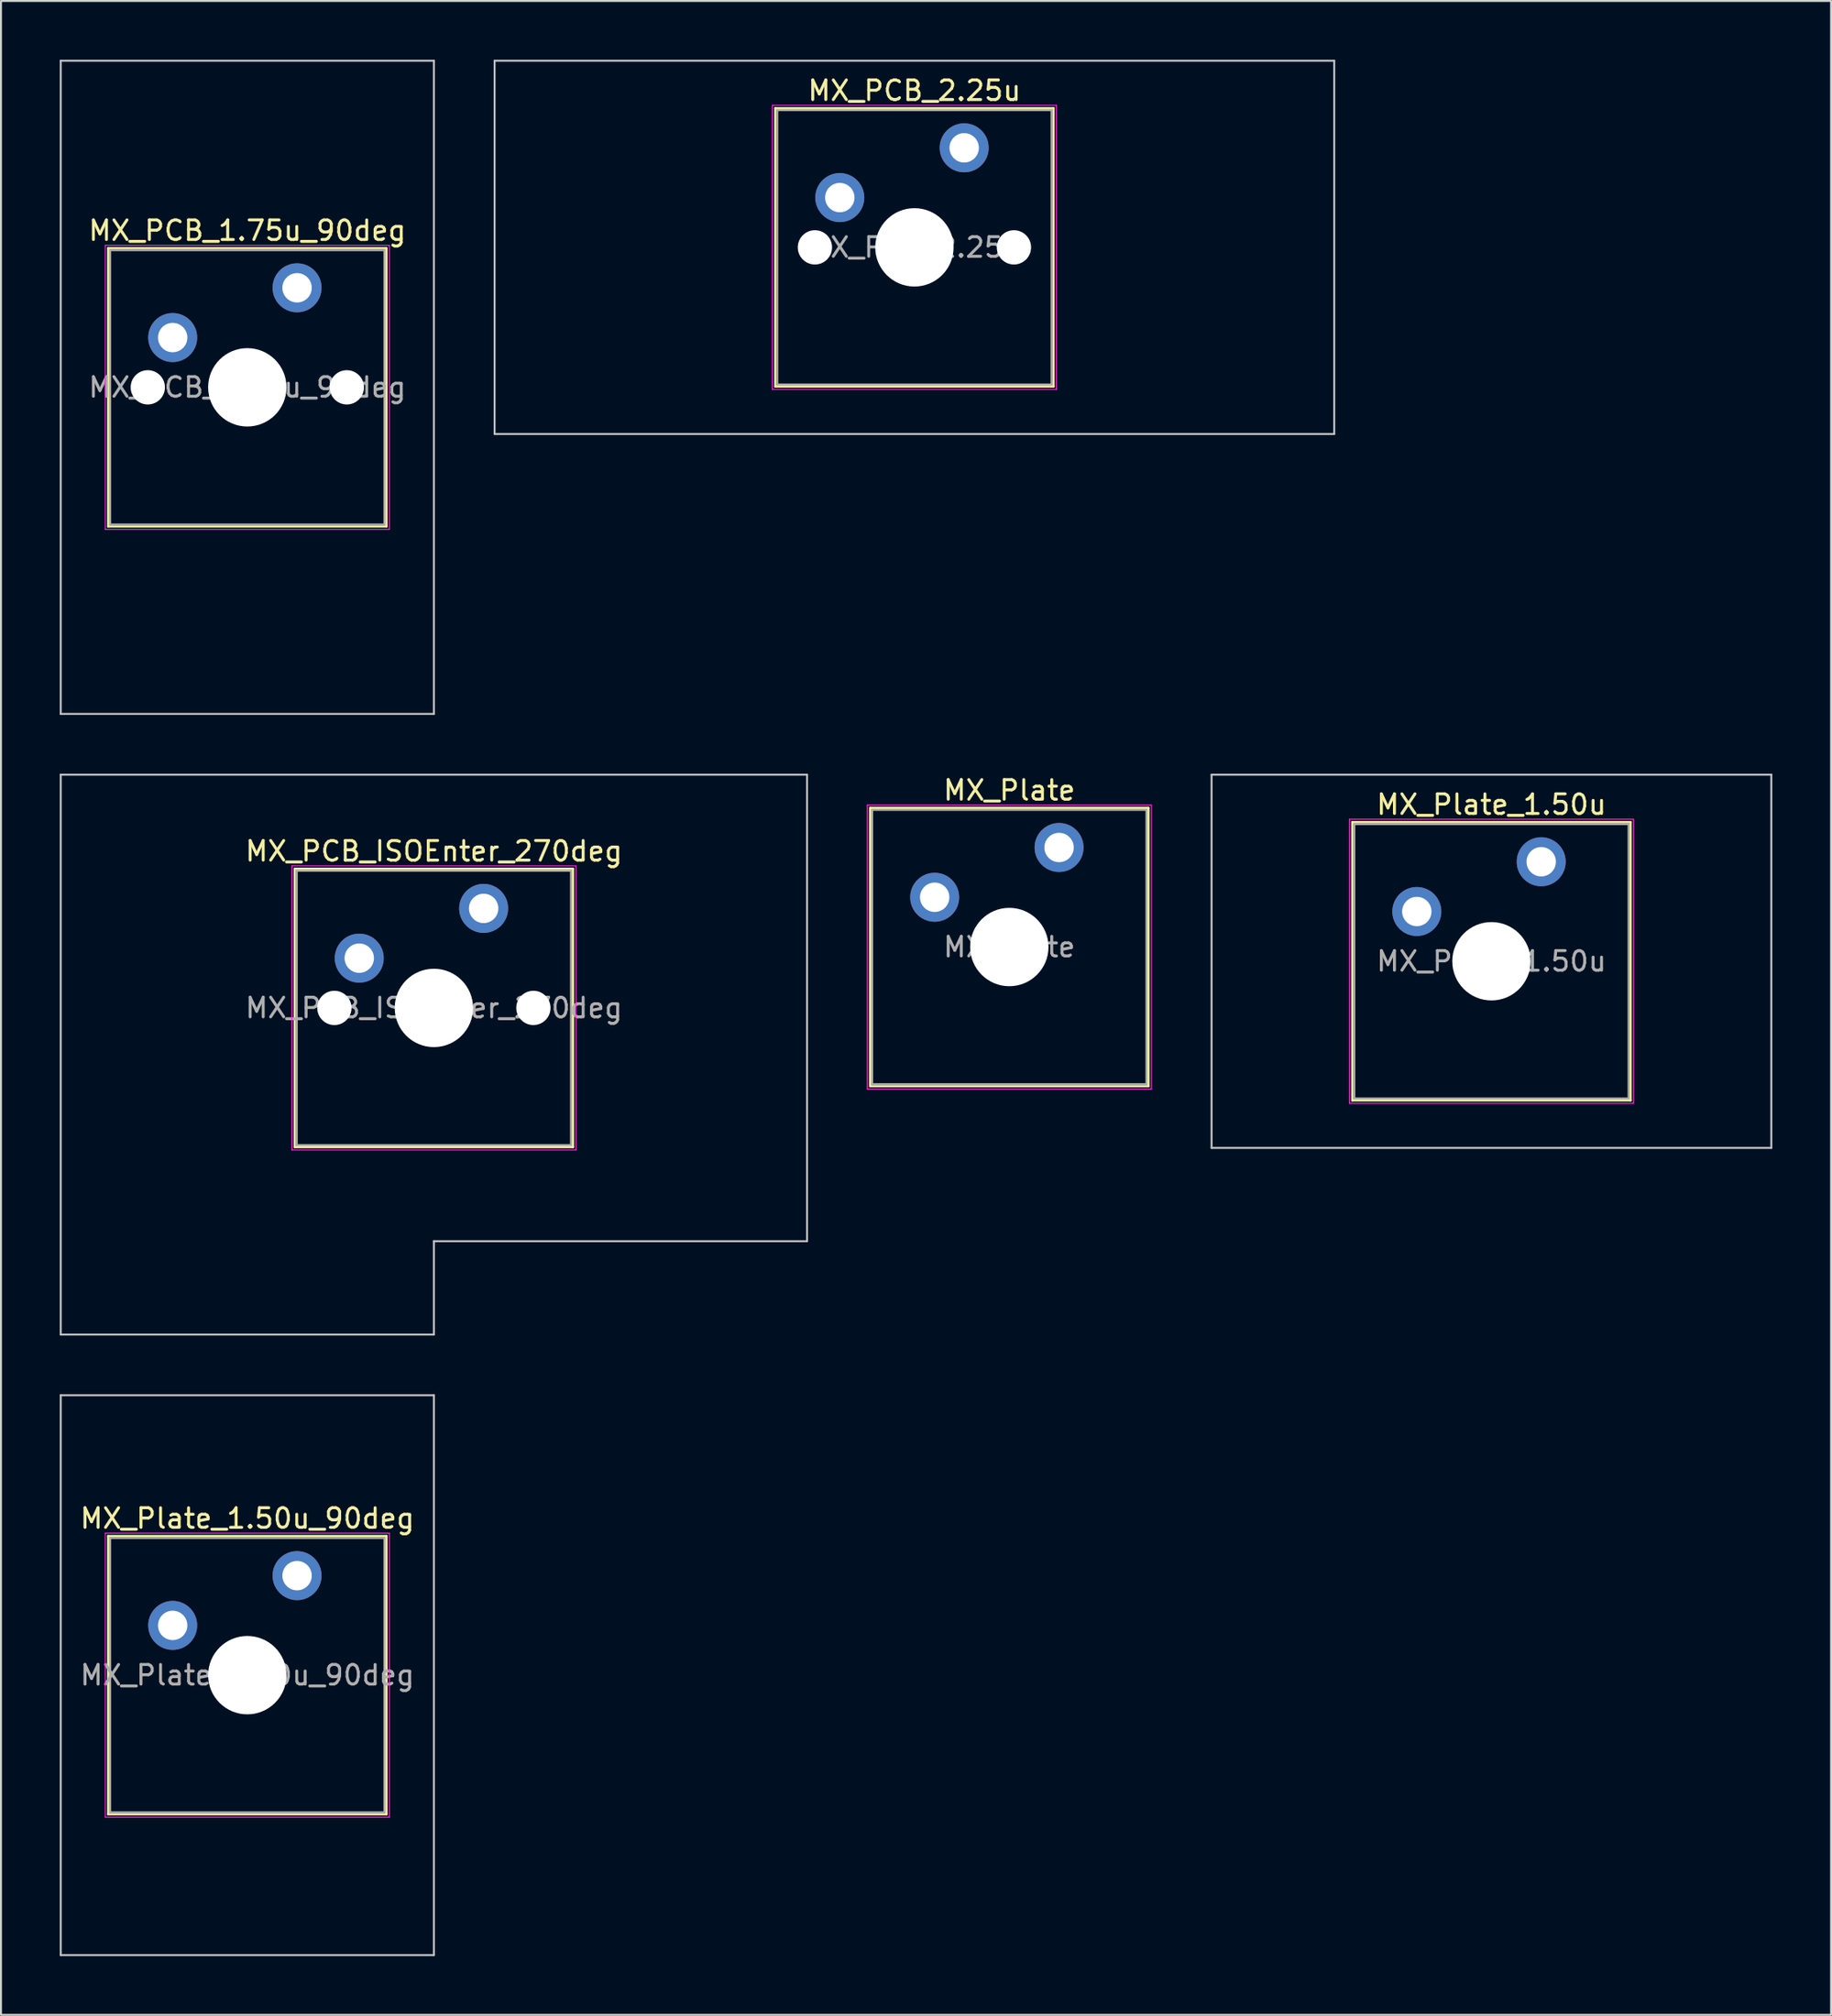
<source format=kicad_pcb>
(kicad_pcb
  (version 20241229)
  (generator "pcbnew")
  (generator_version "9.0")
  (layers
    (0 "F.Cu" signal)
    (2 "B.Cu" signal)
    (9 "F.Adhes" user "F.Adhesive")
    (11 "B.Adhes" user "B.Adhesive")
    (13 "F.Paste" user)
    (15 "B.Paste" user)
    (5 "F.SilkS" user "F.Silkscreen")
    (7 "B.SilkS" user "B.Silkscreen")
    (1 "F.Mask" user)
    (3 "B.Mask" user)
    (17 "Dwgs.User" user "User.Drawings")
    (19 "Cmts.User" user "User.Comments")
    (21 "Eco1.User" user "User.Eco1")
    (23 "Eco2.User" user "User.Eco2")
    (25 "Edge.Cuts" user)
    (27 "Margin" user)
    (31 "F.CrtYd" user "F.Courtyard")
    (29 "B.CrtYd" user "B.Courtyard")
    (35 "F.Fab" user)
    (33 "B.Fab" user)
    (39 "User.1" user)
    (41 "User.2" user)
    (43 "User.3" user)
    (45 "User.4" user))
  (footprint "MX_Plate"
    (layer "F.Cu")
    (at 48.475 45.286)
    (property "Reference" "MX_Plate" (at 0 -8 0) (layer "F.SilkS") (effects (font (size 1 1) (thickness 0.15))))
    (attr through_hole)
    (fp_line (start -7.1 -7.1) (end -7.1 7.1) (stroke (width 0.12) (type solid)) (layer "F.SilkS"))
    (fp_line (start -7.1 7.1) (end 7.1 7.1) (stroke (width 0.12) (type solid)) (layer "F.SilkS"))
    (fp_line (start 7.1 -7.1) (end -7.1 -7.1) (stroke (width 0.12) (type solid)) (layer "F.SilkS"))
    (fp_line (start 7.1 7.1) (end 7.1 -7.1) (stroke (width 0.12) (type solid)) (layer "F.SilkS"))
    (fp_line (start -7 -7) (end -7 7) (stroke (width 0.1) (type solid)) (layer "Eco1.User"))
    (fp_line (start -7 7) (end 7 7) (stroke (width 0.1) (type solid)) (layer "Eco1.User"))
    (fp_line (start 7 -7) (end -7 -7) (stroke (width 0.1) (type solid)) (layer "Eco1.User"))
    (fp_line (start 7 7) (end 7 -7) (stroke (width 0.1) (type solid)) (layer "Eco1.User"))
    (fp_line (start -7.25 -7.25) (end -7.25 7.25) (stroke (width 0.05) (type solid)) (layer "F.CrtYd"))
    (fp_line (start -7.25 7.25) (end 7.25 7.25) (stroke (width 0.05) (type solid)) (layer "F.CrtYd"))
    (fp_line (start 7.25 -7.25) (end -7.25 -7.25) (stroke (width 0.05) (type solid)) (layer "F.CrtYd"))
    (fp_line (start 7.25 7.25) (end 7.25 -7.25) (stroke (width 0.05) (type solid)) (layer "F.CrtYd"))
    (fp_line (start -7 -7) (end -7 7) (stroke (width 0.1) (type solid)) (layer "F.Fab"))
    (fp_line (start -7 7) (end 7 7) (stroke (width 0.1) (type solid)) (layer "F.Fab"))
    (fp_line (start 7 -7) (end -7 -7) (stroke (width 0.1) (type solid)) (layer "F.Fab"))
    (fp_line (start 7 7) (end 7 -7) (stroke (width 0.1) (type solid)) (layer "F.Fab"))
    (fp_text user "${REFERENCE}" (at 0 0 0) (layer "F.Fab") (effects (font (size 1 1) (thickness 0.15))))
    (pad "" np_thru_hole circle (at 0 0) (size 4 4) (drill 4) (layers "*.Cu" "*.Mask"))
    (pad "1" thru_hole circle (at -3.81 -2.54) (size 2.5 2.5) (drill 1.5) (layers "*.Cu" "*.Mask"))
    (pad "2" thru_hole circle (at 2.54 -5.08) (size 2.5 2.5) (drill 1.5) (layers "*.Cu" "*.Mask")))
  (footprint "MX_PCB_2.25u"
    (layer "F.Cu")
    (at 43.631 9.575)
    (property "Reference" "MX_PCB_2.25u" (at 0 -8 0) (layer "F.SilkS") (effects (font (size 1 1) (thickness 0.15))))
    (attr through_hole)
    (fp_line (start -7.1 -7.1) (end -7.1 7.1) (stroke (width 0.12) (type solid)) (layer "F.SilkS"))
    (fp_line (start -7.1 7.1) (end 7.1 7.1) (stroke (width 0.12) (type solid)) (layer "F.SilkS"))
    (fp_line (start 7.1 -7.1) (end -7.1 -7.1) (stroke (width 0.12) (type solid)) (layer "F.SilkS"))
    (fp_line (start 7.1 7.1) (end 7.1 -7.1) (stroke (width 0.12) (type solid)) (layer "F.SilkS"))
    (fp_line (start -21.431 -9.525) (end -21.431 9.525) (stroke (width 0.1) (type solid)) (layer "Dwgs.User"))
    (fp_line (start -21.431 9.525) (end 21.431 9.525) (stroke (width 0.1) (type solid)) (layer "Dwgs.User"))
    (fp_line (start 21.431 -9.525) (end -21.431 -9.525) (stroke (width 0.1) (type solid)) (layer "Dwgs.User"))
    (fp_line (start 21.431 9.525) (end 21.431 -9.525) (stroke (width 0.1) (type solid)) (layer "Dwgs.User"))
    (fp_line (start -7 -7) (end -7 7) (stroke (width 0.1) (type solid)) (layer "Eco1.User"))
    (fp_line (start -7 7) (end 7 7) (stroke (width 0.1) (type solid)) (layer "Eco1.User"))
    (fp_line (start 7 -7) (end -7 -7) (stroke (width 0.1) (type solid)) (layer "Eco1.User"))
    (fp_line (start 7 7) (end 7 -7) (stroke (width 0.1) (type solid)) (layer "Eco1.User"))
    (fp_line (start -7.25 -7.25) (end -7.25 7.25) (stroke (width 0.05) (type solid)) (layer "F.CrtYd"))
    (fp_line (start -7.25 7.25) (end 7.25 7.25) (stroke (width 0.05) (type solid)) (layer "F.CrtYd"))
    (fp_line (start 7.25 -7.25) (end -7.25 -7.25) (stroke (width 0.05) (type solid)) (layer "F.CrtYd"))
    (fp_line (start 7.25 7.25) (end 7.25 -7.25) (stroke (width 0.05) (type solid)) (layer "F.CrtYd"))
    (fp_line (start -7 -7) (end -7 7) (stroke (width 0.1) (type solid)) (layer "F.Fab"))
    (fp_line (start -7 7) (end 7 7) (stroke (width 0.1) (type solid)) (layer "F.Fab"))
    (fp_line (start 7 -7) (end -7 -7) (stroke (width 0.1) (type solid)) (layer "F.Fab"))
    (fp_line (start 7 7) (end 7 -7) (stroke (width 0.1) (type solid)) (layer "F.Fab"))
    (fp_text user "${REFERENCE}" (at 0 0 0) (layer "F.Fab") (effects (font (size 1 1) (thickness 0.15))))
    (pad "" np_thru_hole circle (at -5.08 0) (size 1.75 1.75) (drill 1.75) (layers "*.Cu" "*.Mask"))
    (pad "" np_thru_hole circle (at 0 0) (size 4 4) (drill 4) (layers "*.Cu" "*.Mask"))
    (pad "" np_thru_hole circle (at 5.08 0) (size 1.75 1.75) (drill 1.75) (layers "*.Cu" "*.Mask"))
    (pad "1" thru_hole circle (at -3.81 -2.54) (size 2.5 2.5) (drill 1.5) (layers "*.Cu" "*.Mask"))
    (pad "2" thru_hole circle (at 2.54 -5.08) (size 2.5 2.5) (drill 1.5) (layers "*.Cu" "*.Mask")))
  (footprint "MX_PCB_1.75u_90deg"
    (layer "F.Cu")
    (at 9.575 16.719)
    (property "Reference" "MX_PCB_1.75u_90deg" (at 0 -8 0) (layer "F.SilkS") (effects (font (size 1 1) (thickness 0.15))))
    (attr through_hole)
    (fp_line (start -7.1 -7.1) (end -7.1 7.1) (stroke (width 0.12) (type solid)) (layer "F.SilkS"))
    (fp_line (start -7.1 7.1) (end 7.1 7.1) (stroke (width 0.12) (type solid)) (layer "F.SilkS"))
    (fp_line (start 7.1 -7.1) (end -7.1 -7.1) (stroke (width 0.12) (type solid)) (layer "F.SilkS"))
    (fp_line (start 7.1 7.1) (end 7.1 -7.1) (stroke (width 0.12) (type solid)) (layer "F.SilkS"))
    (fp_line (start -9.525 -16.669) (end 9.525 -16.669) (stroke (width 0.1) (type solid)) (layer "Dwgs.User"))
    (fp_line (start -9.525 16.669) (end -9.525 -16.669) (stroke (width 0.1) (type solid)) (layer "Dwgs.User"))
    (fp_line (start 9.525 -16.669) (end 9.525 16.669) (stroke (width 0.1) (type solid)) (layer "Dwgs.User"))
    (fp_line (start 9.525 16.669) (end -9.525 16.669) (stroke (width 0.1) (type solid)) (layer "Dwgs.User"))
    (fp_line (start -7 -7) (end -7 7) (stroke (width 0.1) (type solid)) (layer "Eco1.User"))
    (fp_line (start -7 7) (end 7 7) (stroke (width 0.1) (type solid)) (layer "Eco1.User"))
    (fp_line (start 7 -7) (end -7 -7) (stroke (width 0.1) (type solid)) (layer "Eco1.User"))
    (fp_line (start 7 7) (end 7 -7) (stroke (width 0.1) (type solid)) (layer "Eco1.User"))
    (fp_line (start -7.25 -7.25) (end -7.25 7.25) (stroke (width 0.05) (type solid)) (layer "F.CrtYd"))
    (fp_line (start -7.25 7.25) (end 7.25 7.25) (stroke (width 0.05) (type solid)) (layer "F.CrtYd"))
    (fp_line (start 7.25 -7.25) (end -7.25 -7.25) (stroke (width 0.05) (type solid)) (layer "F.CrtYd"))
    (fp_line (start 7.25 7.25) (end 7.25 -7.25) (stroke (width 0.05) (type solid)) (layer "F.CrtYd"))
    (fp_line (start -7 -7) (end -7 7) (stroke (width 0.1) (type solid)) (layer "F.Fab"))
    (fp_line (start -7 7) (end 7 7) (stroke (width 0.1) (type solid)) (layer "F.Fab"))
    (fp_line (start 7 -7) (end -7 -7) (stroke (width 0.1) (type solid)) (layer "F.Fab"))
    (fp_line (start 7 7) (end 7 -7) (stroke (width 0.1) (type solid)) (layer "F.Fab"))
    (fp_text user "${REFERENCE}" (at 0 0 0) (layer "F.Fab") (effects (font (size 1 1) (thickness 0.15))))
    (pad "" np_thru_hole circle (at -5.08 0) (size 1.75 1.75) (drill 1.75) (layers "*.Cu" "*.Mask"))
    (pad "" np_thru_hole circle (at 0 0) (size 4 4) (drill 4) (layers "*.Cu" "*.Mask"))
    (pad "" np_thru_hole circle (at 5.08 0) (size 1.75 1.75) (drill 1.75) (layers "*.Cu" "*.Mask"))
    (pad "1" thru_hole circle (at -3.81 -2.54) (size 2.5 2.5) (drill 1.5) (layers "*.Cu" "*.Mask"))
    (pad "2" thru_hole circle (at 2.54 -5.08) (size 2.5 2.5) (drill 1.5) (layers "*.Cu" "*.Mask")))
  (footprint "MX_Plate_1.50u_90deg"
    (layer "F.Cu")
    (at 9.575 82.45)
    (property "Reference" "MX_Plate_1.50u_90deg" (at 0 -8 0) (layer "F.SilkS") (effects (font (size 1 1) (thickness 0.15))))
    (attr through_hole)
    (fp_line (start -7.1 -7.1) (end -7.1 7.1) (stroke (width 0.12) (type solid)) (layer "F.SilkS"))
    (fp_line (start -7.1 7.1) (end 7.1 7.1) (stroke (width 0.12) (type solid)) (layer "F.SilkS"))
    (fp_line (start 7.1 -7.1) (end -7.1 -7.1) (stroke (width 0.12) (type solid)) (layer "F.SilkS"))
    (fp_line (start 7.1 7.1) (end 7.1 -7.1) (stroke (width 0.12) (type solid)) (layer "F.SilkS"))
    (fp_line (start -9.525 -14.287) (end 9.525 -14.287) (stroke (width 0.1) (type solid)) (layer "Dwgs.User"))
    (fp_line (start -9.525 14.287) (end -9.525 -14.287) (stroke (width 0.1) (type solid)) (layer "Dwgs.User"))
    (fp_line (start 9.525 -14.287) (end 9.525 14.287) (stroke (width 0.1) (type solid)) (layer "Dwgs.User"))
    (fp_line (start 9.525 14.287) (end -9.525 14.287) (stroke (width 0.1) (type solid)) (layer "Dwgs.User"))
    (fp_line (start -7 -7) (end -7 7) (stroke (width 0.1) (type solid)) (layer "Eco1.User"))
    (fp_line (start -7 7) (end 7 7) (stroke (width 0.1) (type solid)) (layer "Eco1.User"))
    (fp_line (start 7 -7) (end -7 -7) (stroke (width 0.1) (type solid)) (layer "Eco1.User"))
    (fp_line (start 7 7) (end 7 -7) (stroke (width 0.1) (type solid)) (layer "Eco1.User"))
    (fp_line (start -7.25 -7.25) (end -7.25 7.25) (stroke (width 0.05) (type solid)) (layer "F.CrtYd"))
    (fp_line (start -7.25 7.25) (end 7.25 7.25) (stroke (width 0.05) (type solid)) (layer "F.CrtYd"))
    (fp_line (start 7.25 -7.25) (end -7.25 -7.25) (stroke (width 0.05) (type solid)) (layer "F.CrtYd"))
    (fp_line (start 7.25 7.25) (end 7.25 -7.25) (stroke (width 0.05) (type solid)) (layer "F.CrtYd"))
    (fp_line (start -7 -7) (end -7 7) (stroke (width 0.1) (type solid)) (layer "F.Fab"))
    (fp_line (start -7 7) (end 7 7) (stroke (width 0.1) (type solid)) (layer "F.Fab"))
    (fp_line (start 7 -7) (end -7 -7) (stroke (width 0.1) (type solid)) (layer "F.Fab"))
    (fp_line (start 7 7) (end 7 -7) (stroke (width 0.1) (type solid)) (layer "F.Fab"))
    (fp_text user "${REFERENCE}" (at 0 0 0) (layer "F.Fab") (effects (font (size 1 1) (thickness 0.15))))
    (pad "" np_thru_hole circle (at 0 0) (size 4 4) (drill 4) (layers "*.Cu" "*.Mask"))
    (pad "1" thru_hole circle (at -3.81 -2.54) (size 2.5 2.5) (drill 1.5) (layers "*.Cu" "*.Mask"))
    (pad "2" thru_hole circle (at 2.54 -5.08) (size 2.5 2.5) (drill 1.5) (layers "*.Cu" "*.Mask")))
  (footprint "MX_Plate_1.50u"
    (layer "F.Cu")
    (at 73.088 46.013)
    (property "Reference" "MX_Plate_1.50u" (at 0 -8 0) (layer "F.SilkS") (effects (font (size 1 1) (thickness 0.15))))
    (attr through_hole)
    (fp_line (start -7.1 -7.1) (end -7.1 7.1) (stroke (width 0.12) (type solid)) (layer "F.SilkS"))
    (fp_line (start -7.1 7.1) (end 7.1 7.1) (stroke (width 0.12) (type solid)) (layer "F.SilkS"))
    (fp_line (start 7.1 -7.1) (end -7.1 -7.1) (stroke (width 0.12) (type solid)) (layer "F.SilkS"))
    (fp_line (start 7.1 7.1) (end 7.1 -7.1) (stroke (width 0.12) (type solid)) (layer "F.SilkS"))
    (fp_line (start -14.287 -9.525) (end -14.287 9.525) (stroke (width 0.1) (type solid)) (layer "Dwgs.User"))
    (fp_line (start -14.287 9.525) (end 14.287 9.525) (stroke (width 0.1) (type solid)) (layer "Dwgs.User"))
    (fp_line (start 14.287 -9.525) (end -14.287 -9.525) (stroke (width 0.1) (type solid)) (layer "Dwgs.User"))
    (fp_line (start 14.287 9.525) (end 14.287 -9.525) (stroke (width 0.1) (type solid)) (layer "Dwgs.User"))
    (fp_line (start -7 -7) (end -7 7) (stroke (width 0.1) (type solid)) (layer "Eco1.User"))
    (fp_line (start -7 7) (end 7 7) (stroke (width 0.1) (type solid)) (layer "Eco1.User"))
    (fp_line (start 7 -7) (end -7 -7) (stroke (width 0.1) (type solid)) (layer "Eco1.User"))
    (fp_line (start 7 7) (end 7 -7) (stroke (width 0.1) (type solid)) (layer "Eco1.User"))
    (fp_line (start -7.25 -7.25) (end -7.25 7.25) (stroke (width 0.05) (type solid)) (layer "F.CrtYd"))
    (fp_line (start -7.25 7.25) (end 7.25 7.25) (stroke (width 0.05) (type solid)) (layer "F.CrtYd"))
    (fp_line (start 7.25 -7.25) (end -7.25 -7.25) (stroke (width 0.05) (type solid)) (layer "F.CrtYd"))
    (fp_line (start 7.25 7.25) (end 7.25 -7.25) (stroke (width 0.05) (type solid)) (layer "F.CrtYd"))
    (fp_line (start -7 -7) (end -7 7) (stroke (width 0.1) (type solid)) (layer "F.Fab"))
    (fp_line (start -7 7) (end 7 7) (stroke (width 0.1) (type solid)) (layer "F.Fab"))
    (fp_line (start 7 -7) (end -7 -7) (stroke (width 0.1) (type solid)) (layer "F.Fab"))
    (fp_line (start 7 7) (end 7 -7) (stroke (width 0.1) (type solid)) (layer "F.Fab"))
    (fp_text user "${REFERENCE}" (at 0 0 0) (layer "F.Fab") (effects (font (size 1 1) (thickness 0.15))))
    (pad "" np_thru_hole circle (at 0 0) (size 4 4) (drill 4) (layers "*.Cu" "*.Mask"))
    (pad "1" thru_hole circle (at -3.81 -2.54) (size 2.5 2.5) (drill 1.5) (layers "*.Cu" "*.Mask"))
    (pad "2" thru_hole circle (at 2.54 -5.08) (size 2.5 2.5) (drill 1.5) (layers "*.Cu" "*.Mask")))
  (footprint "MX_PCB_ISOEnter_270deg"
    (layer "F.Cu")
    (at 19.1 48.394)
    (property "Reference" "MX_PCB_ISOEnter_270deg" (at 0 -8 0) (layer "F.SilkS") (effects (font (size 1 1) (thickness 0.15))))
    (attr through_hole)
    (fp_line (start -7.1 -7.1) (end -7.1 7.1) (stroke (width 0.12) (type solid)) (layer "F.SilkS"))
    (fp_line (start -7.1 7.1) (end 7.1 7.1) (stroke (width 0.12) (type solid)) (layer "F.SilkS"))
    (fp_line (start 7.1 -7.1) (end -7.1 -7.1) (stroke (width 0.12) (type solid)) (layer "F.SilkS"))
    (fp_line (start 7.1 7.1) (end 7.1 -7.1) (stroke (width 0.12) (type solid)) (layer "F.SilkS"))
    (fp_line (start -19.05 -11.906) (end -19.05 16.669) (stroke (width 0.1) (type solid)) (layer "Dwgs.User"))
    (fp_line (start -19.05 16.669) (end 0 16.669) (stroke (width 0.1) (type solid)) (layer "Dwgs.User"))
    (fp_line (start 0 11.906) (end 19.05 11.906) (stroke (width 0.1) (type solid)) (layer "Dwgs.User"))
    (fp_line (start 0 16.669) (end 0 11.906) (stroke (width 0.1) (type solid)) (layer "Dwgs.User"))
    (fp_line (start 19.05 -11.906) (end -19.05 -11.906) (stroke (width 0.1) (type solid)) (layer "Dwgs.User"))
    (fp_line (start 19.05 11.906) (end 19.05 -11.906) (stroke (width 0.1) (type solid)) (layer "Dwgs.User"))
    (fp_line (start -7 -7) (end -7 7) (stroke (width 0.1) (type solid)) (layer "Eco1.User"))
    (fp_line (start -7 7) (end 7 7) (stroke (width 0.1) (type solid)) (layer "Eco1.User"))
    (fp_line (start 7 -7) (end -7 -7) (stroke (width 0.1) (type solid)) (layer "Eco1.User"))
    (fp_line (start 7 7) (end 7 -7) (stroke (width 0.1) (type solid)) (layer "Eco1.User"))
    (fp_line (start -7.25 -7.25) (end -7.25 7.25) (stroke (width 0.05) (type solid)) (layer "F.CrtYd"))
    (fp_line (start -7.25 7.25) (end 7.25 7.25) (stroke (width 0.05) (type solid)) (layer "F.CrtYd"))
    (fp_line (start 7.25 -7.25) (end -7.25 -7.25) (stroke (width 0.05) (type solid)) (layer "F.CrtYd"))
    (fp_line (start 7.25 7.25) (end 7.25 -7.25) (stroke (width 0.05) (type solid)) (layer "F.CrtYd"))
    (fp_line (start -7 -7) (end -7 7) (stroke (width 0.1) (type solid)) (layer "F.Fab"))
    (fp_line (start -7 7) (end 7 7) (stroke (width 0.1) (type solid)) (layer "F.Fab"))
    (fp_line (start 7 -7) (end -7 -7) (stroke (width 0.1) (type solid)) (layer "F.Fab"))
    (fp_line (start 7 7) (end 7 -7) (stroke (width 0.1) (type solid)) (layer "F.Fab"))
    (fp_text user "${REFERENCE}" (at 0 0 0) (layer "F.Fab") (effects (font (size 1 1) (thickness 0.15))))
    (pad "" np_thru_hole circle (at -5.08 0) (size 1.75 1.75) (drill 1.75) (layers "*.Cu" "*.Mask"))
    (pad "" np_thru_hole circle (at 0 0) (size 4 4) (drill 4) (layers "*.Cu" "*.Mask"))
    (pad "" np_thru_hole circle (at 5.08 0) (size 1.75 1.75) (drill 1.75) (layers "*.Cu" "*.Mask"))
    (pad "1" thru_hole circle (at -3.81 -2.54) (size 2.5 2.5) (drill 1.5) (layers "*.Cu" "*.Mask"))
    (pad "2" thru_hole circle (at 2.54 -5.08) (size 2.5 2.5) (drill 1.5) (layers "*.Cu" "*.Mask")))
  (gr_rect
    (start -3 -3)
    (end 90.425 99.787)
    (stroke (width 0.1) (type default))
    (fill no)
    (layer "Edge.Cuts")))
</source>
